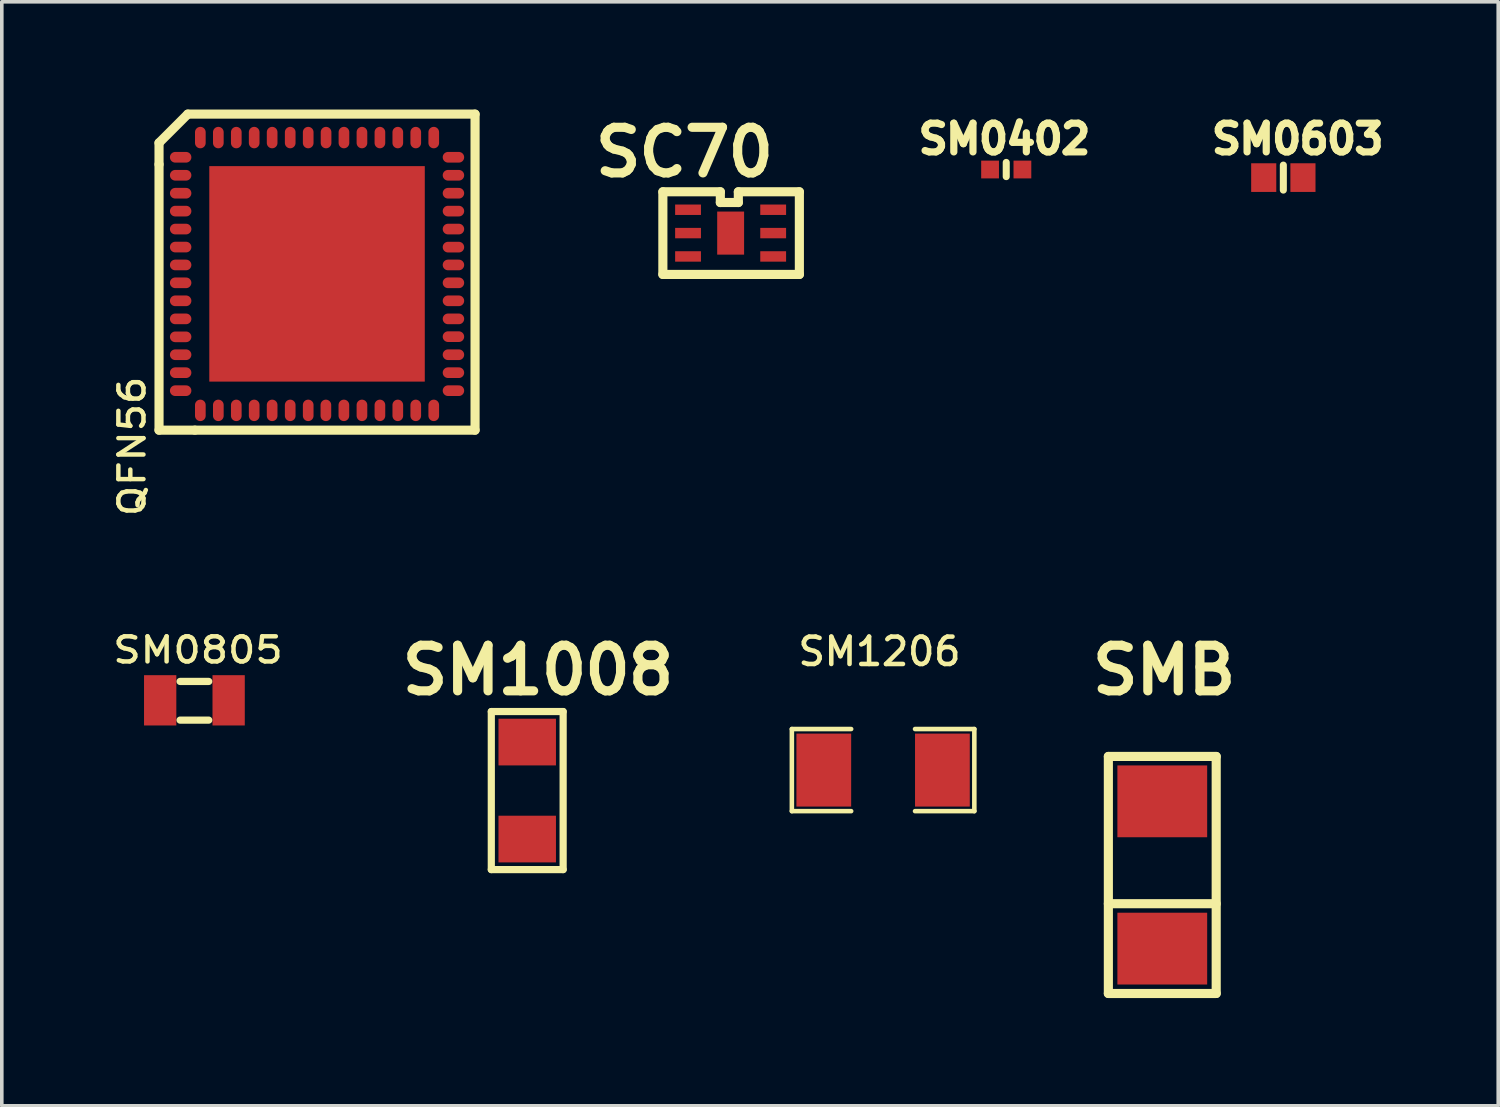
<source format=kicad_pcb>
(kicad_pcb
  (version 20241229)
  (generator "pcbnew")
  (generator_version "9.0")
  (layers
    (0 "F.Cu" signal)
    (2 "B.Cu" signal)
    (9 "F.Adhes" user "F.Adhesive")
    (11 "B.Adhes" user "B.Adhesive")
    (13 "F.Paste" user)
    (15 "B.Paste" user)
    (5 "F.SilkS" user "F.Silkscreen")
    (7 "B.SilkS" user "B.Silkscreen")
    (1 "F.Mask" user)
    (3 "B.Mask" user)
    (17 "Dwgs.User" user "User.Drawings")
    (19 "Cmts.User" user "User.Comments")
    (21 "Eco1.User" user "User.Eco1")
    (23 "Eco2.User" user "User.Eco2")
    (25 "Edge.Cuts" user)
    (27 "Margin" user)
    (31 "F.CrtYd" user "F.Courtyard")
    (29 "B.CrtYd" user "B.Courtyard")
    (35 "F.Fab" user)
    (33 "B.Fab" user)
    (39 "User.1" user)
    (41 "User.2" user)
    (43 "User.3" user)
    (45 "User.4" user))
  (footprint "SM0805"
    (layer "F.Cu")
    (at 2.362 16.446)
    (property "Reference" "SM0805" (at 0.1 -1.4 180) (layer "F.SilkS") (effects (font (size 0.699 0.798) (thickness 0.124))))
    (attr smd)
    (fp_line (start 0.399 -0.526) (end -0.399 -0.526) (stroke (width 0.201) (type solid)) (layer "F.SilkS"))
    (fp_line (start 0.399 0.551) (end -0.399 0.551) (stroke (width 0.201) (type solid)) (layer "F.SilkS"))
    (pad "1" smd rect (at -0.953 0) (size 0.899 1.4) (layers "F.Cu" "F.Mask" "F.Paste"))
    (pad "2" smd rect (at 0.953 0) (size 0.899 1.4) (layers "F.Cu" "F.Mask" "F.Paste")))
  (footprint "SC70"
    (layer "F.Cu")
    (at 16.104 2.789)
    (property "Reference" "SC70" (at -0.099 -1.6 0) (layer "F.SilkS") (effects (font (size 1.27 1.27) (thickness 0.254))))
    (attr through_hole)
    (fp_line (start -0.701 -0.5) (end 0.899 -0.5) (stroke (width 0.254) (type solid)) (layer "F.SilkS"))
    (fp_line (start -0.701 1.801) (end -0.701 -0.5) (stroke (width 0.254) (type solid)) (layer "F.SilkS"))
    (fp_line (start 0.899 -0.5) (end 0.899 -0.201) (stroke (width 0.254) (type solid)) (layer "F.SilkS"))
    (fp_line (start 0.899 -0.201) (end 1.4 -0.201) (stroke (width 0.254) (type solid)) (layer "F.SilkS"))
    (fp_line (start 1.4 -0.5) (end 3.099 -0.5) (stroke (width 0.254) (type solid)) (layer "F.SilkS"))
    (fp_line (start 1.4 -0.201) (end 1.4 -0.5) (stroke (width 0.254) (type solid)) (layer "F.SilkS"))
    (fp_line (start 3.099 -0.5) (end 3.099 1.801) (stroke (width 0.254) (type solid)) (layer "F.SilkS"))
    (fp_line (start 3.099 1.801) (end -0.701 1.801) (stroke (width 0.254) (type solid)) (layer "F.SilkS"))
    (pad "1" smd rect (at 0 0) (size 0.719 0.29) (layers "F.Cu" "F.Mask" "F.Paste"))
    (pad "2" smd rect (at 0 0.65) (size 0.719 0.29) (layers "F.Cu" "F.Mask" "F.Paste"))
    (pad "3" smd rect (at 0 1.3) (size 0.719 0.29) (layers "F.Cu" "F.Mask" "F.Paste"))
    (pad "4" smd rect (at 2.37 1.3) (size 0.719 0.29) (layers "F.Cu" "F.Mask" "F.Paste"))
    (pad "5" smd rect (at 2.37 0.65) (size 0.719 0.29) (layers "F.Cu" "F.Mask" "F.Paste"))
    (pad "6" smd rect (at 2.37 0) (size 0.719 0.29) (layers "F.Cu" "F.Mask" "F.Paste"))
    (pad "7" smd rect (at 1.186 0.65) (size 0.749 1.199) (layers "F.Cu" "F.Mask" "F.Paste")))
  (footprint "SM0603"
    (layer "F.Cu")
    (at 32.676 1.894)
    (property "Reference" "SM0603" (at 0.4 -1.075 0) (layer "F.SilkS") (effects (font (size 0.8 0.8) (thickness 0.2))))
    (attr through_hole)
    (fp_line (start 0 -0.348) (end 0 0.348) (stroke (width 0.196) (type solid)) (layer "F.SilkS"))
    (pad "1" smd rect (at -0.546 0) (size 0.699 0.798) (layers "F.Cu" "F.Mask" "F.Paste"))
    (pad "2" smd rect (at 0.546 0) (size 0.699 0.798) (layers "F.Cu" "F.Mask" "F.Paste")))
  (footprint "SMB"
    (layer "F.Cu")
    (at 29.306 19.258)
    (property "Reference" "SMB" (at 0.051 -3.65 0) (layer "F.SilkS") (effects (font (size 1.27 1.27) (thickness 0.254))))
    (attr through_hole)
    (fp_line (start -1.501 -1.25) (end 1.501 -1.25) (stroke (width 0.254) (type solid)) (layer "F.SilkS"))
    (fp_line (start -1.501 2.85) (end 1.501 2.85) (stroke (width 0.254) (type solid)) (layer "F.SilkS"))
    (fp_line (start -1.501 5.349) (end -1.501 -1.25) (stroke (width 0.254) (type solid)) (layer "F.SilkS"))
    (fp_line (start 1.501 -1.25) (end 1.501 5.349) (stroke (width 0.254) (type solid)) (layer "F.SilkS"))
    (fp_line (start 1.501 5.349) (end -1.501 5.349) (stroke (width 0.254) (type solid)) (layer "F.SilkS"))
    (pad "1" smd rect (at 0 0) (size 2.499 1.999) (layers "F.Cu" "F.Mask" "F.Paste"))
    (pad "2" smd rect (at 0 4.1) (size 2.499 1.999) (layers "F.Cu" "F.Mask" "F.Paste")))
  (footprint "SM1206"
    (layer "F.Cu")
    (at 21.534 18.388)
    (property "Reference" "SM1206" (at -0.1 -3.3 0) (layer "F.SilkS") (effects (font (size 0.762 0.762) (thickness 0.127))))
    (attr smd)
    (fp_line (start -2.54 -1.143) (end -2.54 1.143) (stroke (width 0.127) (type solid)) (layer "F.SilkS"))
    (fp_line (start -2.54 1.143) (end -0.889 1.143) (stroke (width 0.127) (type solid)) (layer "F.SilkS"))
    (fp_line (start -0.889 -1.143) (end -2.54 -1.143) (stroke (width 0.127) (type solid)) (layer "F.SilkS"))
    (fp_line (start 0.889 -1.143) (end 2.54 -1.143) (stroke (width 0.127) (type solid)) (layer "F.SilkS"))
    (fp_line (start 2.54 -1.143) (end 2.54 1.143) (stroke (width 0.127) (type solid)) (layer "F.SilkS"))
    (fp_line (start 2.54 1.143) (end 0.889 1.143) (stroke (width 0.127) (type solid)) (layer "F.SilkS"))
    (pad "1" smd rect (at -1.651 0) (size 1.524 2.032) (layers "F.Cu" "F.Mask" "F.Paste"))
    (pad "2" smd rect (at 1.651 0) (size 1.524 2.032) (layers "F.Cu" "F.Mask" "F.Paste")))
  (footprint "SM0402"
    (layer "F.Cu")
    (at 24.962 1.669)
    (property "Reference" "SM0402" (at -0.05 -0.85 0) (layer "F.SilkS") (effects (font (size 0.8 0.8) (thickness 0.2))))
    (attr through_hole)
    (fp_line (start 0 -0.198) (end 0 0.198) (stroke (width 0.196) (type solid)) (layer "F.SilkS"))
    (pad "1" smd rect (at -0.45 0) (size 0.495 0.495) (layers "F.Cu" "F.Mask" "F.Paste"))
    (pad "2" smd rect (at 0.45 0) (size 0.495 0.495) (layers "F.Cu" "F.Mask" "F.Paste")))
  (footprint "QFN56"
    (layer "F.Cu")
    (at 5.776 4.577)
    (property "Reference" "QFN56" (at -5.149 4.798 90) (layer "F.SilkS") (effects (font (size 0.699 0.798) (thickness 0.124))))
    (attr smd)
    (fp_line (start -4.399 -3.051) (end -4.399 -3.65) (stroke (width 0.254) (type solid)) (layer "F.SilkS"))
    (fp_line (start -4.399 -3.051) (end -4.399 4.348) (stroke (width 0.254) (type solid)) (layer "F.SilkS"))
    (fp_line (start -4.399 4.348) (end -3.401 4.348) (stroke (width 0.254) (type solid)) (layer "F.SilkS"))
    (fp_line (start -3.599 -4.45) (end -4.399 -3.65) (stroke (width 0.254) (type solid)) (layer "F.SilkS"))
    (fp_line (start -3.401 4.348) (end 4.399 4.348) (stroke (width 0.254) (type solid)) (layer "F.SilkS"))
    (fp_line (start 4.399 -4.45) (end -3.599 -4.45) (stroke (width 0.254) (type solid)) (layer "F.SilkS"))
    (fp_line (start 4.399 4.348) (end 4.399 -4.45) (stroke (width 0.254) (type solid)) (layer "F.SilkS"))
    (pad "" smd circle (at -2.101 -2.103 90) (size 1.199 1.199) (layers "F.Mask" "F.Paste"))
    (pad "" smd circle (at -2.101 -0.704 90) (size 1.199 1.199) (layers "F.Mask" "F.Paste"))
    (pad "" smd circle (at -2.101 0.699 90) (size 1.199 1.199) (layers "F.Mask" "F.Paste"))
    (pad "" smd circle (at -2.101 2.098 90) (size 1.199 1.199) (layers "F.Mask" "F.Paste"))
    (pad "" smd circle (at -0.701 -2.103 90) (size 1.199 1.199) (layers "F.Mask" "F.Paste"))
    (pad "" smd circle (at -0.701 -0.704 90) (size 1.199 1.199) (layers "F.Mask" "F.Paste"))
    (pad "" smd circle (at -0.701 0.699 90) (size 1.199 1.199) (layers "F.Mask" "F.Paste"))
    (pad "" smd circle (at -0.701 2.098 90) (size 1.199 1.199) (layers "F.Mask" "F.Paste"))
    (pad "" smd circle (at 0.699 -2.103 90) (size 1.199 1.199) (layers "F.Mask" "F.Paste"))
    (pad "" smd circle (at 0.699 -0.704 90) (size 1.199 1.199) (layers "F.Mask" "F.Paste"))
    (pad "" smd circle (at 0.699 0.699 90) (size 1.199 1.199) (layers "F.Mask" "F.Paste"))
    (pad "" smd circle (at 0.699 2.098 90) (size 1.199 1.199) (layers "F.Mask" "F.Paste"))
    (pad "" smd circle (at 2.098 -2.103 90) (size 1.199 1.199) (layers "F.Mask" "F.Paste"))
    (pad "" smd circle (at 2.098 -0.704 90) (size 1.199 1.199) (layers "F.Mask" "F.Paste"))
    (pad "" smd circle (at 2.098 0.699 90) (size 1.199 1.199) (layers "F.Mask" "F.Paste"))
    (pad "" smd circle (at 2.098 2.098 90) (size 1.199 1.199) (layers "F.Mask" "F.Paste"))
    (pad "1" smd oval (at -3.797 -3.249 90) (size 0.297 0.597) (layers "F.Cu" "F.Mask" "F.Paste"))
    (pad "2" smd oval (at -3.797 -2.748 90) (size 0.297 0.597) (layers "F.Cu" "F.Mask" "F.Paste"))
    (pad "3" smd oval (at -3.797 -2.248 90) (size 0.297 0.597) (layers "F.Cu" "F.Mask" "F.Paste"))
    (pad "4" smd oval (at -3.797 -1.75 90) (size 0.297 0.597) (layers "F.Cu" "F.Mask" "F.Paste"))
    (pad "5" smd oval (at -3.797 -1.25 90) (size 0.297 0.597) (layers "F.Cu" "F.Mask" "F.Paste"))
    (pad "6" smd oval (at -3.797 -0.749 90) (size 0.297 0.597) (layers "F.Cu" "F.Mask" "F.Paste"))
    (pad "7" smd oval (at -3.797 -0.251 90) (size 0.297 0.597) (layers "F.Cu" "F.Mask" "F.Paste"))
    (pad "8" smd oval (at -3.797 0.246 90) (size 0.297 0.597) (layers "F.Cu" "F.Mask" "F.Paste"))
    (pad "9" smd oval (at -3.797 0.747 90) (size 0.297 0.597) (layers "F.Cu" "F.Mask" "F.Paste"))
    (pad "10" smd oval (at -3.797 1.25 90) (size 0.297 0.597) (layers "F.Cu" "F.Mask" "F.Paste"))
    (pad "11" smd oval (at -3.797 1.75 90) (size 0.297 0.597) (layers "F.Cu" "F.Mask" "F.Paste"))
    (pad "12" smd oval (at -3.797 2.248 90) (size 0.297 0.597) (layers "F.Cu" "F.Mask" "F.Paste"))
    (pad "13" smd oval (at -3.797 2.748 90) (size 0.297 0.597) (layers "F.Cu" "F.Mask" "F.Paste"))
    (pad "14" smd oval (at -3.797 3.249 90) (size 0.297 0.597) (layers "F.Cu" "F.Mask" "F.Paste"))
    (pad "15" smd oval (at -3.249 3.797) (size 0.297 0.597) (layers "F.Cu" "F.Mask" "F.Paste"))
    (pad "16" smd oval (at -2.748 3.797) (size 0.297 0.597) (layers "F.Cu" "F.Mask" "F.Paste"))
    (pad "17" smd oval (at -2.248 3.797) (size 0.297 0.597) (layers "F.Cu" "F.Mask" "F.Paste"))
    (pad "18" smd oval (at -1.75 3.797) (size 0.297 0.597) (layers "F.Cu" "F.Mask" "F.Paste"))
    (pad "19" smd oval (at -1.25 3.797) (size 0.297 0.597) (layers "F.Cu" "F.Mask" "F.Paste"))
    (pad "20" smd oval (at -0.747 3.797) (size 0.297 0.597) (layers "F.Cu" "F.Mask" "F.Paste"))
    (pad "21" smd oval (at -0.246 3.797) (size 0.297 0.597) (layers "F.Cu" "F.Mask" "F.Paste"))
    (pad "22" smd oval (at 0.246 3.797) (size 0.297 0.597) (layers "F.Cu" "F.Mask" "F.Paste"))
    (pad "23" smd oval (at 0.747 3.797) (size 0.297 0.597) (layers "F.Cu" "F.Mask" "F.Paste"))
    (pad "24" smd oval (at 1.25 3.797) (size 0.297 0.597) (layers "F.Cu" "F.Mask" "F.Paste"))
    (pad "25" smd oval (at 1.75 3.797) (size 0.297 0.597) (layers "F.Cu" "F.Mask" "F.Paste"))
    (pad "26" smd oval (at 2.248 3.797) (size 0.297 0.597) (layers "F.Cu" "F.Mask" "F.Paste"))
    (pad "27" smd oval (at 2.748 3.797) (size 0.297 0.597) (layers "F.Cu" "F.Mask" "F.Paste"))
    (pad "28" smd oval (at 3.249 3.797) (size 0.297 0.597) (layers "F.Cu" "F.Mask" "F.Paste"))
    (pad "29" smd oval (at 3.797 3.249 270) (size 0.297 0.597) (layers "F.Cu" "F.Mask" "F.Paste"))
    (pad "30" smd oval (at 3.797 2.748 270) (size 0.297 0.597) (layers "F.Cu" "F.Mask" "F.Paste"))
    (pad "31" smd oval (at 3.797 2.248 270) (size 0.297 0.597) (layers "F.Cu" "F.Mask" "F.Paste"))
    (pad "32" smd oval (at 3.797 1.745 270) (size 0.297 0.597) (layers "F.Cu" "F.Mask" "F.Paste"))
    (pad "33" smd oval (at 3.797 1.25 270) (size 0.297 0.597) (layers "F.Cu" "F.Mask" "F.Paste"))
    (pad "34" smd oval (at 3.797 0.747 270) (size 0.297 0.597) (layers "F.Cu" "F.Mask" "F.Paste"))
    (pad "35" smd oval (at 3.797 0.246 270) (size 0.297 0.597) (layers "F.Cu" "F.Mask" "F.Paste"))
    (pad "36" smd oval (at 3.797 -0.251 270) (size 0.297 0.597) (layers "F.Cu" "F.Mask" "F.Paste"))
    (pad "37" smd oval (at 3.797 -0.747 270) (size 0.297 0.597) (layers "F.Cu" "F.Mask" "F.Paste"))
    (pad "38" smd oval (at 3.797 -1.25 270) (size 0.297 0.597) (layers "F.Cu" "F.Mask" "F.Paste"))
    (pad "39" smd oval (at 3.797 -1.75 270) (size 0.297 0.597) (layers "F.Cu" "F.Mask" "F.Paste"))
    (pad "40" smd oval (at 3.797 -2.248 270) (size 0.297 0.597) (layers "F.Cu" "F.Mask" "F.Paste"))
    (pad "41" smd oval (at 3.797 -2.748 270) (size 0.297 0.597) (layers "F.Cu" "F.Mask" "F.Paste"))
    (pad "42" smd oval (at 3.797 -3.249 270) (size 0.297 0.597) (layers "F.Cu" "F.Mask" "F.Paste"))
    (pad "43" smd oval (at 3.249 -3.797) (size 0.297 0.597) (layers "F.Cu" "F.Mask" "F.Paste"))
    (pad "44" smd oval (at 2.748 -3.797) (size 0.297 0.597) (layers "F.Cu" "F.Mask" "F.Paste"))
    (pad "45" smd oval (at 2.248 -3.797) (size 0.297 0.597) (layers "F.Cu" "F.Mask" "F.Paste"))
    (pad "46" smd oval (at 1.75 -3.797) (size 0.297 0.597) (layers "F.Cu" "F.Mask" "F.Paste"))
    (pad "47" smd oval (at 1.25 -3.797) (size 0.297 0.597) (layers "F.Cu" "F.Mask" "F.Paste"))
    (pad "48" smd oval (at 0.749 -3.797) (size 0.297 0.597) (layers "F.Cu" "F.Mask" "F.Paste"))
    (pad "49" smd oval (at 0.251 -3.797) (size 0.297 0.597) (layers "F.Cu" "F.Mask" "F.Paste"))
    (pad "50" smd oval (at -0.246 -3.797) (size 0.297 0.597) (layers "F.Cu" "F.Mask" "F.Paste"))
    (pad "51" smd oval (at -0.747 -3.797) (size 0.297 0.597) (layers "F.Cu" "F.Mask" "F.Paste"))
    (pad "52" smd oval (at -1.25 -3.797) (size 0.297 0.597) (layers "F.Cu" "F.Mask" "F.Paste"))
    (pad "53" smd oval (at -1.75 -3.797) (size 0.297 0.597) (layers "F.Cu" "F.Mask" "F.Paste"))
    (pad "54" smd oval (at -2.248 -3.797) (size 0.297 0.597) (layers "F.Cu" "F.Mask" "F.Paste"))
    (pad "55" smd oval (at -2.748 -3.797) (size 0.297 0.597) (layers "F.Cu" "F.Mask" "F.Paste"))
    (pad "56" smd oval (at -3.249 -3.797) (size 0.297 0.597) (layers "F.Cu" "F.Mask" "F.Paste"))
    (pad "EPAD" smd rect (at 0 -0.003) (size 5.999 5.999) (layers "F.Cu" "F.Mask")))
  (footprint "SM1008"
    (layer "F.Cu")
    (at 11.627 17.608)
    (property "Reference" "SM1008" (at 0.3 -2 0) (layer "F.SilkS") (effects (font (size 1.27 1.27) (thickness 0.254))))
    (attr through_hole)
    (fp_line (start -1 -0.85) (end -1 3.55) (stroke (width 0.2) (type solid)) (layer "F.SilkS"))
    (fp_line (start -1 3.55) (end 1 3.55) (stroke (width 0.2) (type solid)) (layer "F.SilkS"))
    (fp_line (start 1 -0.85) (end -1 -0.85) (stroke (width 0.2) (type solid)) (layer "F.SilkS"))
    (fp_line (start 1 3.55) (end 1 -0.85) (stroke (width 0.2) (type solid)) (layer "F.SilkS"))
    (pad "1" smd rect (at 0 0) (size 1.6 1.3) (layers "F.Cu" "F.Mask"))
    (pad "2" smd rect (at 0 2.7) (size 1.6 1.3) (layers "F.Cu" "F.Mask")))
  (gr_rect
    (start -3 -3)
    (end 38.658 27.734)
    (stroke (width 0.1) (type default))
    (fill no)
    (layer "Edge.Cuts")))
</source>
